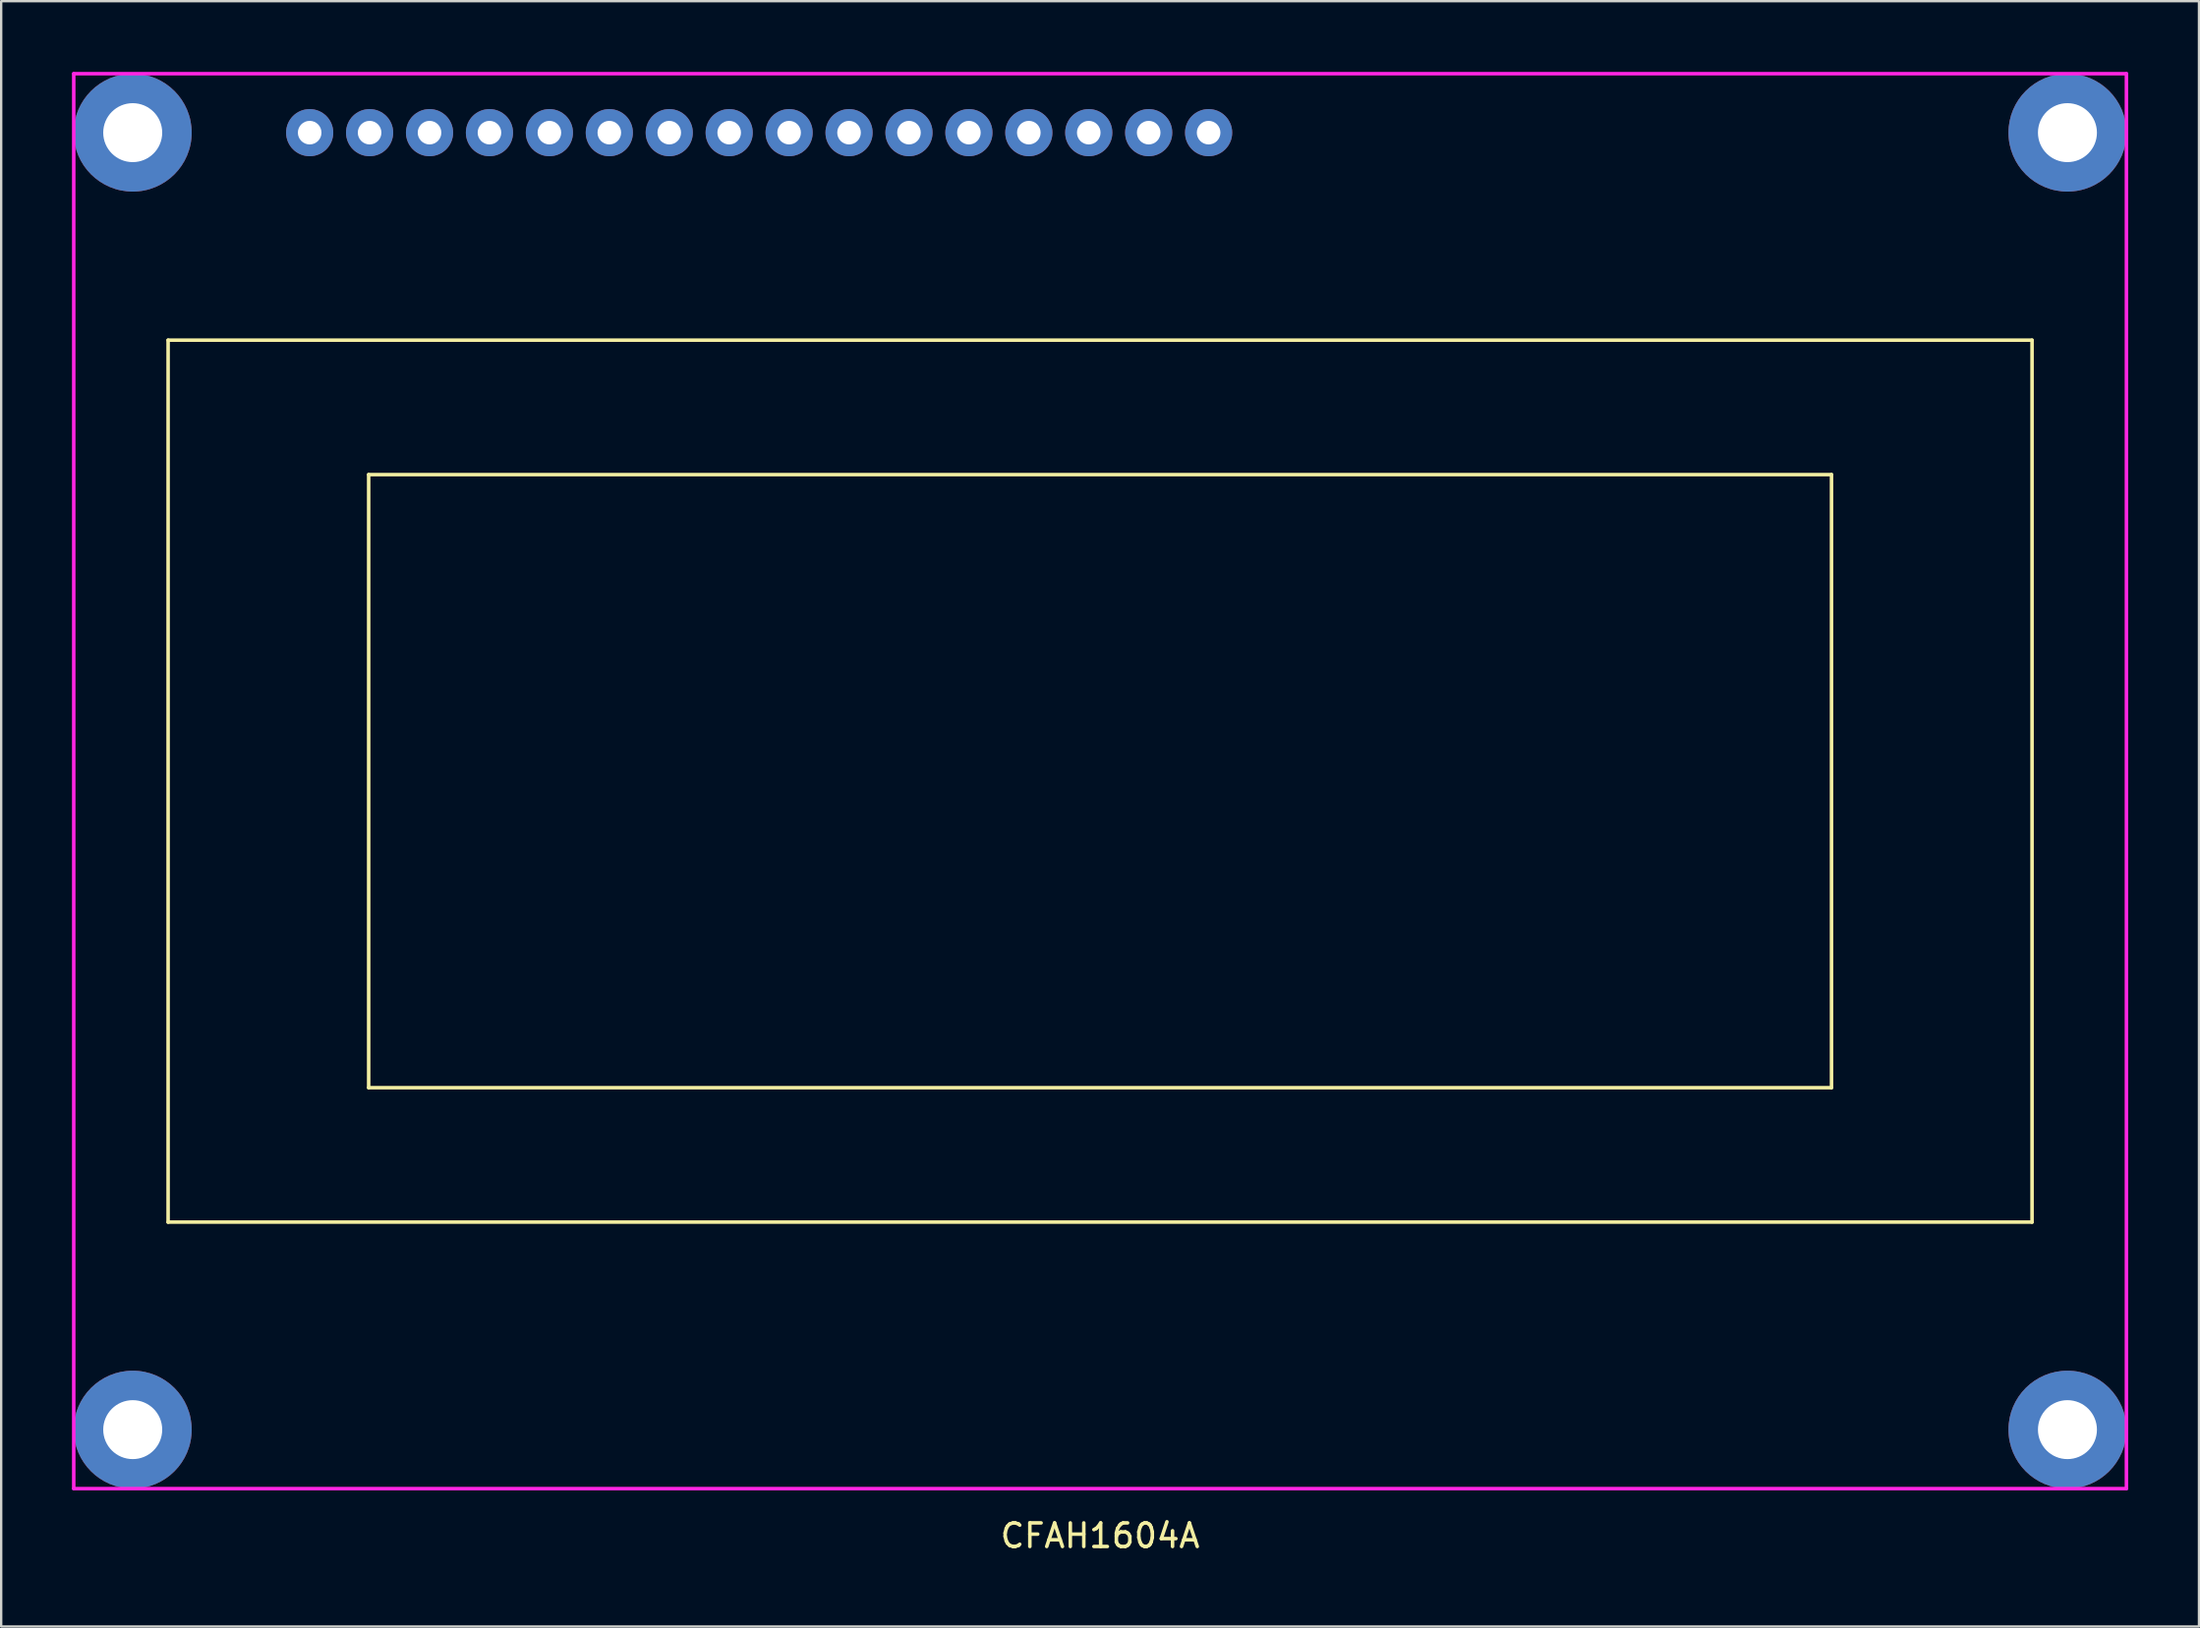
<source format=kicad_pcb>
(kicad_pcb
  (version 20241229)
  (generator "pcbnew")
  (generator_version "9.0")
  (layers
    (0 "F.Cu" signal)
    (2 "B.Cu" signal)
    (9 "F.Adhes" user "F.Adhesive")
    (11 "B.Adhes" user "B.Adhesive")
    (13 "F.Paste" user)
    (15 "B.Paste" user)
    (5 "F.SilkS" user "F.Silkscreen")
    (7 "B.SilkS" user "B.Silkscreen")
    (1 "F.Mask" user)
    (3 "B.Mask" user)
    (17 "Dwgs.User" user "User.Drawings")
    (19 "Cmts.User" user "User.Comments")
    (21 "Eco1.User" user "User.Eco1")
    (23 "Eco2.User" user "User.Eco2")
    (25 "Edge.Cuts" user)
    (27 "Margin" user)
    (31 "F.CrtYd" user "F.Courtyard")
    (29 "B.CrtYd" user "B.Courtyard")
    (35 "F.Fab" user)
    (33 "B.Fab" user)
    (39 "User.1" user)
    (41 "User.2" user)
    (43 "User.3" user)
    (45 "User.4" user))
  (footprint "CFAH1604A"
    (layer "F.Cu")
    (at 43.575 30.075)
    (property "Reference" "CFAH1604A" (at 0 32 0) (layer "F.SilkS") (effects (font (size 1 1) (thickness 0.15))))
    (attr through_hole)
    (fp_line (start -39.5 -18.7) (end -39.5 18.7) (stroke (width 0.15) (type solid)) (layer "F.SilkS"))
    (fp_line (start -39.5 18.7) (end 39.5 18.7) (stroke (width 0.15) (type solid)) (layer "F.SilkS"))
    (fp_line (start -31 -13) (end -31 13) (stroke (width 0.15) (type solid)) (layer "F.SilkS"))
    (fp_line (start -31 13) (end 31 13) (stroke (width 0.15) (type solid)) (layer "F.SilkS"))
    (fp_line (start 31 -13) (end -31 -13) (stroke (width 0.15) (type solid)) (layer "F.SilkS"))
    (fp_line (start 31 13) (end 31 -13) (stroke (width 0.15) (type solid)) (layer "F.SilkS"))
    (fp_line (start 39.5 -18.7) (end -39.5 -18.7) (stroke (width 0.15) (type solid)) (layer "F.SilkS"))
    (fp_line (start 39.5 18.7) (end 39.5 -18.7) (stroke (width 0.15) (type solid)) (layer "F.SilkS"))
    (fp_line (start -43.5 -30) (end -43.5 30) (stroke (width 0.15) (type solid)) (layer "F.CrtYd"))
    (fp_line (start -43.5 30) (end 43.5 30) (stroke (width 0.15) (type solid)) (layer "F.CrtYd"))
    (fp_line (start 43.5 -30) (end -43.5 -30) (stroke (width 0.15) (type solid)) (layer "F.CrtYd"))
    (fp_line (start 43.5 30) (end 43.5 -30) (stroke (width 0.15) (type solid)) (layer "F.CrtYd"))
    (pad "1" thru_hole circle (at -33.5 -27.5) (size 2 2) (drill 1) (layers "*.Cu" "*.Mask"))
    (pad "2" thru_hole circle (at -30.96 -27.5) (size 2 2) (drill 1) (layers "*.Cu" "*.Mask"))
    (pad "3" thru_hole circle (at -28.42 -27.5) (size 2 2) (drill 1) (layers "*.Cu" "*.Mask"))
    (pad "4" thru_hole circle (at -25.88 -27.5) (size 2 2) (drill 1) (layers "*.Cu" "*.Mask"))
    (pad "5" thru_hole circle (at -23.34 -27.5) (size 2 2) (drill 1) (layers "*.Cu" "*.Mask"))
    (pad "6" thru_hole circle (at -20.8 -27.5) (size 2 2) (drill 1) (layers "*.Cu" "*.Mask"))
    (pad "7" thru_hole circle (at -18.26 -27.5) (size 2 2) (drill 1) (layers "*.Cu" "*.Mask"))
    (pad "8" thru_hole circle (at -15.72 -27.5) (size 2 2) (drill 1) (layers "*.Cu" "*.Mask"))
    (pad "9" thru_hole circle (at -13.18 -27.5) (size 2 2) (drill 1) (layers "*.Cu" "*.Mask"))
    (pad "10" thru_hole circle (at -10.64 -27.5) (size 2 2) (drill 1) (layers "*.Cu" "*.Mask"))
    (pad "11" thru_hole circle (at -8.1 -27.5) (size 2 2) (drill 1) (layers "*.Cu" "*.Mask"))
    (pad "12" thru_hole circle (at -5.56 -27.5) (size 2 2) (drill 1) (layers "*.Cu" "*.Mask"))
    (pad "13" thru_hole circle (at -3.02 -27.5) (size 2 2) (drill 1) (layers "*.Cu" "*.Mask"))
    (pad "14" thru_hole circle (at -0.48 -27.5) (size 2 2) (drill 1) (layers "*.Cu" "*.Mask"))
    (pad "15" thru_hole circle (at 2.06 -27.5) (size 2 2) (drill 1) (layers "*.Cu" "*.Mask"))
    (pad "16" thru_hole circle (at 4.6 -27.5) (size 2 2) (drill 1) (layers "*.Cu" "*.Mask"))
    (pad "17" thru_hole circle (at -41 -27.5) (size 5 5) (drill 2.5) (layers "*.Cu" "*.Mask"))
    (pad "17" thru_hole circle (at -41 27.5) (size 5 5) (drill 2.5) (layers "*.Cu" "*.Mask"))
    (pad "17" thru_hole circle (at 41 -27.5) (size 5 5) (drill 2.5) (layers "*.Cu" "*.Mask"))
    (pad "17" thru_hole circle (at 41 27.5) (size 5 5) (drill 2.5) (layers "*.Cu" "*.Mask")))
  (gr_rect
    (start -3 -3)
    (end 90.15 65.923)
    (stroke (width 0.1) (type default))
    (fill no)
    (layer "Edge.Cuts")))
</source>
